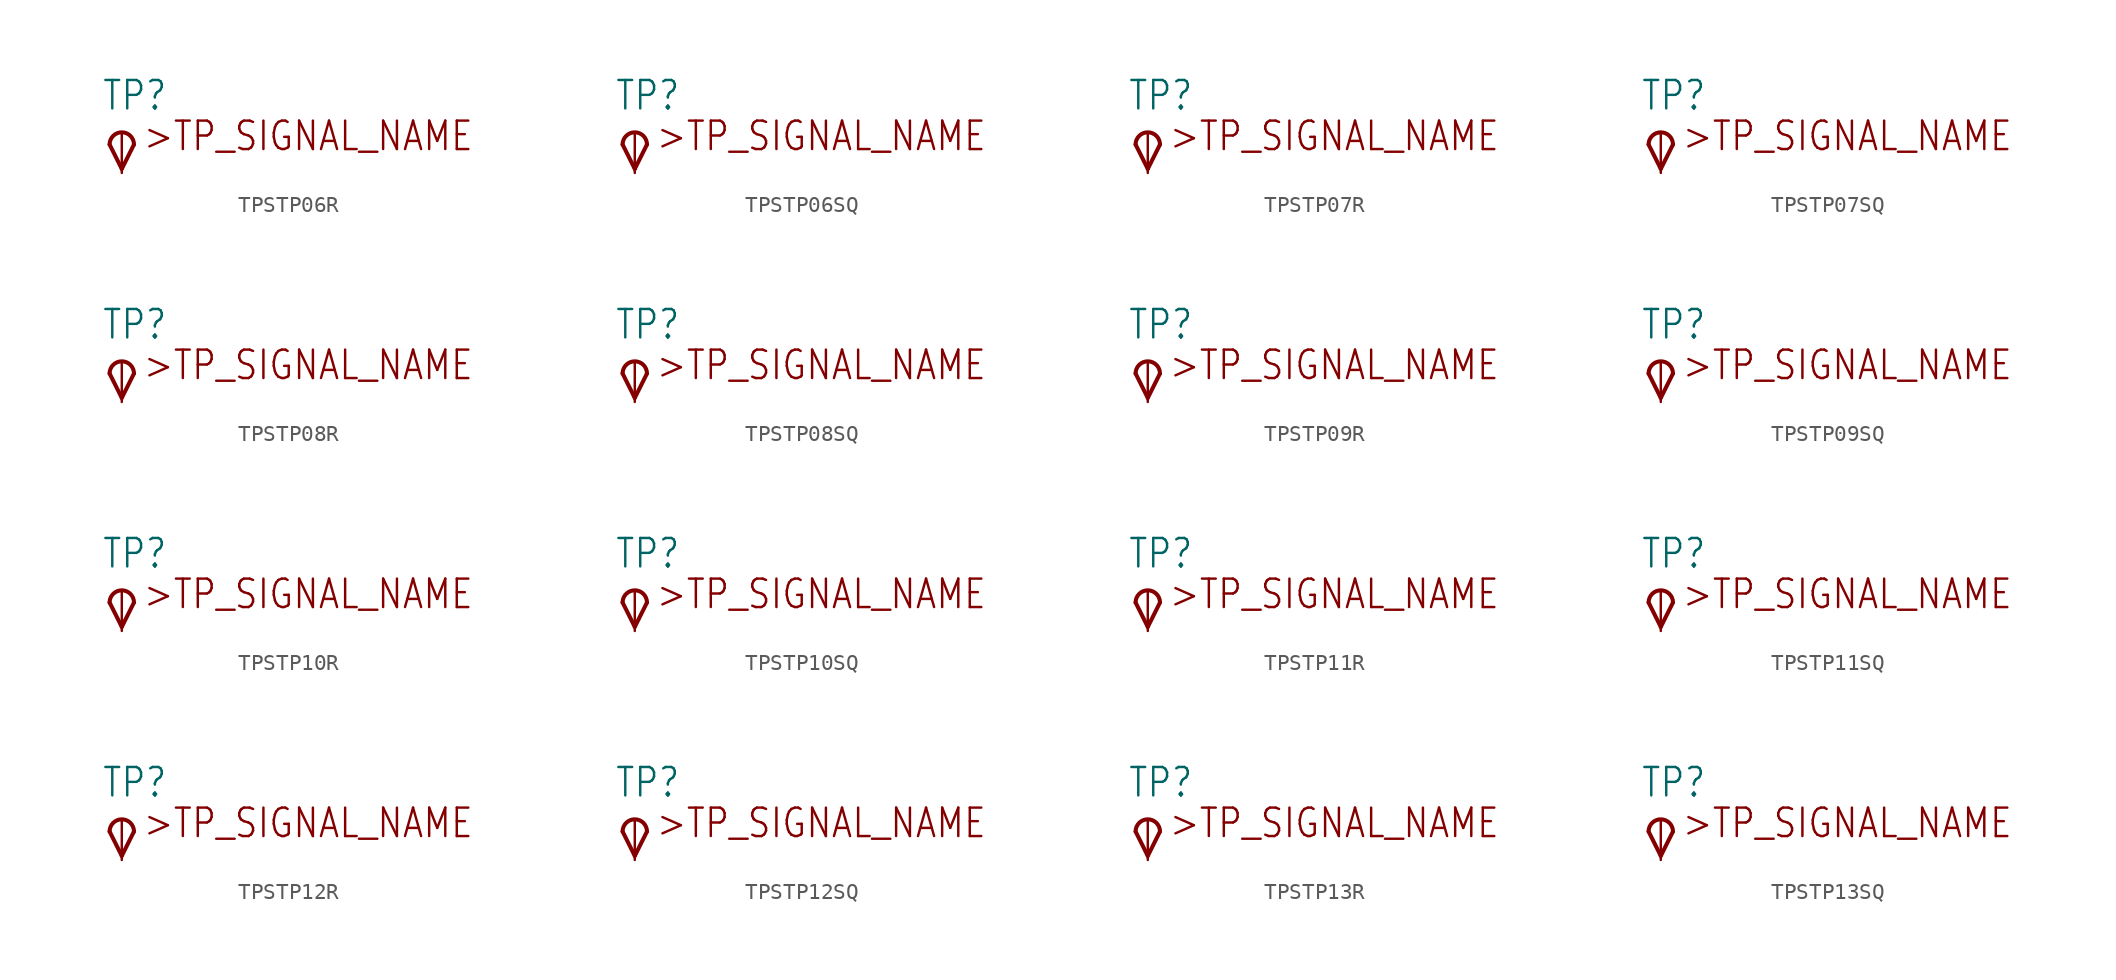
<source format=kicad_sym>
(kicad_symbol_lib
  (version 20211014)
  (generator kicad_symbol_editor)
  (symbol "TPSTP06R"
    (property "Reference" "TP"
      (at -1.27 1.27 0)
      (effects (font (size 1.778 1.511)) (justify left bottom)))
    (property "ki_locked" ""
      (at 0 0 0)
      (effects (font (size 1.27 1.27))))
    (symbol "TPSTP06R_1_0"
      (polyline (pts (xy 0 -2.286) (xy -0.762 -0.762)) (stroke (width 0.254) (type default) (color 0 0 0 0)) (fill (type none)))
      (polyline (pts (xy 0.762 -0.762) (xy 0 -2.286)) (stroke (width 0.254) (type default) (color 0 0 0 0)) (fill (type none)))
      (arc (start 0.762 -0.762) (mid 0 0) (end -0.762 -0.762) (stroke (width 0.254) (type default) (color 0 0 0 0)) (fill (type none)))
      (text ">TP_SIGNAL_NAME" (at 1.27 -1.27 0) (effects (font (size 1.778 1.511)) (justify left bottom)))
      (pin input line (at 0 -2.54 90) (length 2.54) (name "PP" (effects (font (size 0 0)))) (number "TP" (effects (font (size 0 0)))))))
  (symbol "TPSTP06SQ"
    (property "Reference" "TP"
      (at -1.27 1.27 0)
      (effects (font (size 1.778 1.511)) (justify left bottom)))
    (property "ki_locked" ""
      (at 0 0 0)
      (effects (font (size 1.27 1.27))))
    (symbol "TPSTP06SQ_1_0"
      (polyline (pts (xy 0 -2.286) (xy -0.762 -0.762)) (stroke (width 0.254) (type default) (color 0 0 0 0)) (fill (type none)))
      (polyline (pts (xy 0.762 -0.762) (xy 0 -2.286)) (stroke (width 0.254) (type default) (color 0 0 0 0)) (fill (type none)))
      (arc (start 0.762 -0.762) (mid 0 0) (end -0.762 -0.762) (stroke (width 0.254) (type default) (color 0 0 0 0)) (fill (type none)))
      (text ">TP_SIGNAL_NAME" (at 1.27 -1.27 0) (effects (font (size 1.778 1.511)) (justify left bottom)))
      (pin input line (at 0 -2.54 90) (length 2.54) (name "PP" (effects (font (size 0 0)))) (number "TP" (effects (font (size 0 0)))))))
  (symbol "TPSTP07R"
    (property "Reference" "TP"
      (at -1.27 1.27 0)
      (effects (font (size 1.778 1.511)) (justify left bottom)))
    (property "ki_locked" ""
      (at 0 0 0)
      (effects (font (size 1.27 1.27))))
    (symbol "TPSTP07R_1_0"
      (polyline (pts (xy 0 -2.286) (xy -0.762 -0.762)) (stroke (width 0.254) (type default) (color 0 0 0 0)) (fill (type none)))
      (polyline (pts (xy 0.762 -0.762) (xy 0 -2.286)) (stroke (width 0.254) (type default) (color 0 0 0 0)) (fill (type none)))
      (arc (start 0.762 -0.762) (mid 0 0) (end -0.762 -0.762) (stroke (width 0.254) (type default) (color 0 0 0 0)) (fill (type none)))
      (text ">TP_SIGNAL_NAME" (at 1.27 -1.27 0) (effects (font (size 1.778 1.511)) (justify left bottom)))
      (pin input line (at 0 -2.54 90) (length 2.54) (name "PP" (effects (font (size 0 0)))) (number "TP" (effects (font (size 0 0)))))))
  (symbol "TPSTP07SQ"
    (property "Reference" "TP"
      (at -1.27 1.27 0)
      (effects (font (size 1.778 1.511)) (justify left bottom)))
    (property "ki_locked" ""
      (at 0 0 0)
      (effects (font (size 1.27 1.27))))
    (symbol "TPSTP07SQ_1_0"
      (polyline (pts (xy 0 -2.286) (xy -0.762 -0.762)) (stroke (width 0.254) (type default) (color 0 0 0 0)) (fill (type none)))
      (polyline (pts (xy 0.762 -0.762) (xy 0 -2.286)) (stroke (width 0.254) (type default) (color 0 0 0 0)) (fill (type none)))
      (arc (start 0.762 -0.762) (mid 0 0) (end -0.762 -0.762) (stroke (width 0.254) (type default) (color 0 0 0 0)) (fill (type none)))
      (text ">TP_SIGNAL_NAME" (at 1.27 -1.27 0) (effects (font (size 1.778 1.511)) (justify left bottom)))
      (pin input line (at 0 -2.54 90) (length 2.54) (name "PP" (effects (font (size 0 0)))) (number "TP" (effects (font (size 0 0)))))))
  (symbol "TPSTP08R"
    (property "Reference" "TP"
      (at -1.27 1.27 0)
      (effects (font (size 1.778 1.511)) (justify left bottom)))
    (property "ki_locked" ""
      (at 0 0 0)
      (effects (font (size 1.27 1.27))))
    (symbol "TPSTP08R_1_0"
      (polyline (pts (xy 0 -2.286) (xy -0.762 -0.762)) (stroke (width 0.254) (type default) (color 0 0 0 0)) (fill (type none)))
      (polyline (pts (xy 0.762 -0.762) (xy 0 -2.286)) (stroke (width 0.254) (type default) (color 0 0 0 0)) (fill (type none)))
      (arc (start 0.762 -0.762) (mid 0 0) (end -0.762 -0.762) (stroke (width 0.254) (type default) (color 0 0 0 0)) (fill (type none)))
      (text ">TP_SIGNAL_NAME" (at 1.27 -1.27 0) (effects (font (size 1.778 1.511)) (justify left bottom)))
      (pin input line (at 0 -2.54 90) (length 2.54) (name "PP" (effects (font (size 0 0)))) (number "TP" (effects (font (size 0 0)))))))
  (symbol "TPSTP08SQ"
    (property "Reference" "TP"
      (at -1.27 1.27 0)
      (effects (font (size 1.778 1.511)) (justify left bottom)))
    (property "ki_locked" ""
      (at 0 0 0)
      (effects (font (size 1.27 1.27))))
    (symbol "TPSTP08SQ_1_0"
      (polyline (pts (xy 0 -2.286) (xy -0.762 -0.762)) (stroke (width 0.254) (type default) (color 0 0 0 0)) (fill (type none)))
      (polyline (pts (xy 0.762 -0.762) (xy 0 -2.286)) (stroke (width 0.254) (type default) (color 0 0 0 0)) (fill (type none)))
      (arc (start 0.762 -0.762) (mid 0 0) (end -0.762 -0.762) (stroke (width 0.254) (type default) (color 0 0 0 0)) (fill (type none)))
      (text ">TP_SIGNAL_NAME" (at 1.27 -1.27 0) (effects (font (size 1.778 1.511)) (justify left bottom)))
      (pin input line (at 0 -2.54 90) (length 2.54) (name "PP" (effects (font (size 0 0)))) (number "TP" (effects (font (size 0 0)))))))
  (symbol "TPSTP09R"
    (property "Reference" "TP"
      (at -1.27 1.27 0)
      (effects (font (size 1.778 1.511)) (justify left bottom)))
    (property "ki_locked" ""
      (at 0 0 0)
      (effects (font (size 1.27 1.27))))
    (symbol "TPSTP09R_1_0"
      (polyline (pts (xy 0 -2.286) (xy -0.762 -0.762)) (stroke (width 0.254) (type default) (color 0 0 0 0)) (fill (type none)))
      (polyline (pts (xy 0.762 -0.762) (xy 0 -2.286)) (stroke (width 0.254) (type default) (color 0 0 0 0)) (fill (type none)))
      (arc (start 0.762 -0.762) (mid 0 0) (end -0.762 -0.762) (stroke (width 0.254) (type default) (color 0 0 0 0)) (fill (type none)))
      (text ">TP_SIGNAL_NAME" (at 1.27 -1.27 0) (effects (font (size 1.778 1.511)) (justify left bottom)))
      (pin input line (at 0 -2.54 90) (length 2.54) (name "PP" (effects (font (size 0 0)))) (number "TP" (effects (font (size 0 0)))))))
  (symbol "TPSTP09SQ"
    (property "Reference" "TP"
      (at -1.27 1.27 0)
      (effects (font (size 1.778 1.511)) (justify left bottom)))
    (property "ki_locked" ""
      (at 0 0 0)
      (effects (font (size 1.27 1.27))))
    (symbol "TPSTP09SQ_1_0"
      (polyline (pts (xy 0 -2.286) (xy -0.762 -0.762)) (stroke (width 0.254) (type default) (color 0 0 0 0)) (fill (type none)))
      (polyline (pts (xy 0.762 -0.762) (xy 0 -2.286)) (stroke (width 0.254) (type default) (color 0 0 0 0)) (fill (type none)))
      (arc (start 0.762 -0.762) (mid 0 0) (end -0.762 -0.762) (stroke (width 0.254) (type default) (color 0 0 0 0)) (fill (type none)))
      (text ">TP_SIGNAL_NAME" (at 1.27 -1.27 0) (effects (font (size 1.778 1.511)) (justify left bottom)))
      (pin input line (at 0 -2.54 90) (length 2.54) (name "PP" (effects (font (size 0 0)))) (number "TP" (effects (font (size 0 0)))))))
  (symbol "TPSTP10R"
    (property "Reference" "TP"
      (at -1.27 1.27 0)
      (effects (font (size 1.778 1.511)) (justify left bottom)))
    (property "ki_locked" ""
      (at 0 0 0)
      (effects (font (size 1.27 1.27))))
    (symbol "TPSTP10R_1_0"
      (polyline (pts (xy 0 -2.286) (xy -0.762 -0.762)) (stroke (width 0.254) (type default) (color 0 0 0 0)) (fill (type none)))
      (polyline (pts (xy 0.762 -0.762) (xy 0 -2.286)) (stroke (width 0.254) (type default) (color 0 0 0 0)) (fill (type none)))
      (arc (start 0.762 -0.762) (mid 0 0) (end -0.762 -0.762) (stroke (width 0.254) (type default) (color 0 0 0 0)) (fill (type none)))
      (text ">TP_SIGNAL_NAME" (at 1.27 -1.27 0) (effects (font (size 1.778 1.511)) (justify left bottom)))
      (pin input line (at 0 -2.54 90) (length 2.54) (name "PP" (effects (font (size 0 0)))) (number "TP" (effects (font (size 0 0)))))))
  (symbol "TPSTP10SQ"
    (property "Reference" "TP"
      (at -1.27 1.27 0)
      (effects (font (size 1.778 1.511)) (justify left bottom)))
    (property "ki_locked" ""
      (at 0 0 0)
      (effects (font (size 1.27 1.27))))
    (symbol "TPSTP10SQ_1_0"
      (polyline (pts (xy 0 -2.286) (xy -0.762 -0.762)) (stroke (width 0.254) (type default) (color 0 0 0 0)) (fill (type none)))
      (polyline (pts (xy 0.762 -0.762) (xy 0 -2.286)) (stroke (width 0.254) (type default) (color 0 0 0 0)) (fill (type none)))
      (arc (start 0.762 -0.762) (mid 0 0) (end -0.762 -0.762) (stroke (width 0.254) (type default) (color 0 0 0 0)) (fill (type none)))
      (text ">TP_SIGNAL_NAME" (at 1.27 -1.27 0) (effects (font (size 1.778 1.511)) (justify left bottom)))
      (pin input line (at 0 -2.54 90) (length 2.54) (name "PP" (effects (font (size 0 0)))) (number "TP" (effects (font (size 0 0)))))))
  (symbol "TPSTP11R"
    (property "Reference" "TP"
      (at -1.27 1.27 0)
      (effects (font (size 1.778 1.511)) (justify left bottom)))
    (property "ki_locked" ""
      (at 0 0 0)
      (effects (font (size 1.27 1.27))))
    (symbol "TPSTP11R_1_0"
      (polyline (pts (xy 0 -2.286) (xy -0.762 -0.762)) (stroke (width 0.254) (type default) (color 0 0 0 0)) (fill (type none)))
      (polyline (pts (xy 0.762 -0.762) (xy 0 -2.286)) (stroke (width 0.254) (type default) (color 0 0 0 0)) (fill (type none)))
      (arc (start 0.762 -0.762) (mid 0 0) (end -0.762 -0.762) (stroke (width 0.254) (type default) (color 0 0 0 0)) (fill (type none)))
      (text ">TP_SIGNAL_NAME" (at 1.27 -1.27 0) (effects (font (size 1.778 1.511)) (justify left bottom)))
      (pin input line (at 0 -2.54 90) (length 2.54) (name "PP" (effects (font (size 0 0)))) (number "TP" (effects (font (size 0 0)))))))
  (symbol "TPSTP11SQ"
    (property "Reference" "TP"
      (at -1.27 1.27 0)
      (effects (font (size 1.778 1.511)) (justify left bottom)))
    (property "ki_locked" ""
      (at 0 0 0)
      (effects (font (size 1.27 1.27))))
    (symbol "TPSTP11SQ_1_0"
      (polyline (pts (xy 0 -2.286) (xy -0.762 -0.762)) (stroke (width 0.254) (type default) (color 0 0 0 0)) (fill (type none)))
      (polyline (pts (xy 0.762 -0.762) (xy 0 -2.286)) (stroke (width 0.254) (type default) (color 0 0 0 0)) (fill (type none)))
      (arc (start 0.762 -0.762) (mid 0 0) (end -0.762 -0.762) (stroke (width 0.254) (type default) (color 0 0 0 0)) (fill (type none)))
      (text ">TP_SIGNAL_NAME" (at 1.27 -1.27 0) (effects (font (size 1.778 1.511)) (justify left bottom)))
      (pin input line (at 0 -2.54 90) (length 2.54) (name "PP" (effects (font (size 0 0)))) (number "TP" (effects (font (size 0 0)))))))
  (symbol "TPSTP12R"
    (property "Reference" "TP"
      (at -1.27 1.27 0)
      (effects (font (size 1.778 1.511)) (justify left bottom)))
    (property "ki_locked" ""
      (at 0 0 0)
      (effects (font (size 1.27 1.27))))
    (symbol "TPSTP12R_1_0"
      (polyline (pts (xy 0 -2.286) (xy -0.762 -0.762)) (stroke (width 0.254) (type default) (color 0 0 0 0)) (fill (type none)))
      (polyline (pts (xy 0.762 -0.762) (xy 0 -2.286)) (stroke (width 0.254) (type default) (color 0 0 0 0)) (fill (type none)))
      (arc (start 0.762 -0.762) (mid 0 0) (end -0.762 -0.762) (stroke (width 0.254) (type default) (color 0 0 0 0)) (fill (type none)))
      (text ">TP_SIGNAL_NAME" (at 1.27 -1.27 0) (effects (font (size 1.778 1.511)) (justify left bottom)))
      (pin input line (at 0 -2.54 90) (length 2.54) (name "PP" (effects (font (size 0 0)))) (number "TP" (effects (font (size 0 0)))))))
  (symbol "TPSTP12SQ"
    (property "Reference" "TP"
      (at -1.27 1.27 0)
      (effects (font (size 1.778 1.511)) (justify left bottom)))
    (property "ki_locked" ""
      (at 0 0 0)
      (effects (font (size 1.27 1.27))))
    (symbol "TPSTP12SQ_1_0"
      (polyline (pts (xy 0 -2.286) (xy -0.762 -0.762)) (stroke (width 0.254) (type default) (color 0 0 0 0)) (fill (type none)))
      (polyline (pts (xy 0.762 -0.762) (xy 0 -2.286)) (stroke (width 0.254) (type default) (color 0 0 0 0)) (fill (type none)))
      (arc (start 0.762 -0.762) (mid 0 0) (end -0.762 -0.762) (stroke (width 0.254) (type default) (color 0 0 0 0)) (fill (type none)))
      (text ">TP_SIGNAL_NAME" (at 1.27 -1.27 0) (effects (font (size 1.778 1.511)) (justify left bottom)))
      (pin input line (at 0 -2.54 90) (length 2.54) (name "PP" (effects (font (size 0 0)))) (number "TP" (effects (font (size 0 0)))))))
  (symbol "TPSTP13R"
    (property "Reference" "TP"
      (at -1.27 1.27 0)
      (effects (font (size 1.778 1.511)) (justify left bottom)))
    (property "ki_locked" ""
      (at 0 0 0)
      (effects (font (size 1.27 1.27))))
    (symbol "TPSTP13R_1_0"
      (polyline (pts (xy 0 -2.286) (xy -0.762 -0.762)) (stroke (width 0.254) (type default) (color 0 0 0 0)) (fill (type none)))
      (polyline (pts (xy 0.762 -0.762) (xy 0 -2.286)) (stroke (width 0.254) (type default) (color 0 0 0 0)) (fill (type none)))
      (arc (start 0.762 -0.762) (mid 0 0) (end -0.762 -0.762) (stroke (width 0.254) (type default) (color 0 0 0 0)) (fill (type none)))
      (text ">TP_SIGNAL_NAME" (at 1.27 -1.27 0) (effects (font (size 1.778 1.511)) (justify left bottom)))
      (pin input line (at 0 -2.54 90) (length 2.54) (name "PP" (effects (font (size 0 0)))) (number "TP" (effects (font (size 0 0)))))))
  (symbol "TPSTP13SQ"
    (property "Reference" "TP"
      (at -1.27 1.27 0)
      (effects (font (size 1.778 1.511)) (justify left bottom)))
    (property "ki_locked" ""
      (at 0 0 0)
      (effects (font (size 1.27 1.27))))
    (symbol "TPSTP13SQ_1_0"
      (polyline (pts (xy 0 -2.286) (xy -0.762 -0.762)) (stroke (width 0.254) (type default) (color 0 0 0 0)) (fill (type none)))
      (polyline (pts (xy 0.762 -0.762) (xy 0 -2.286)) (stroke (width 0.254) (type default) (color 0 0 0 0)) (fill (type none)))
      (arc (start 0.762 -0.762) (mid 0 0) (end -0.762 -0.762) (stroke (width 0.254) (type default) (color 0 0 0 0)) (fill (type none)))
      (text ">TP_SIGNAL_NAME" (at 1.27 -1.27 0) (effects (font (size 1.778 1.511)) (justify left bottom)))
      (pin input line (at 0 -2.54 90) (length 2.54) (name "PP" (effects (font (size 0 0)))) (number "TP" (effects (font (size 0 0))))))))
</source>
